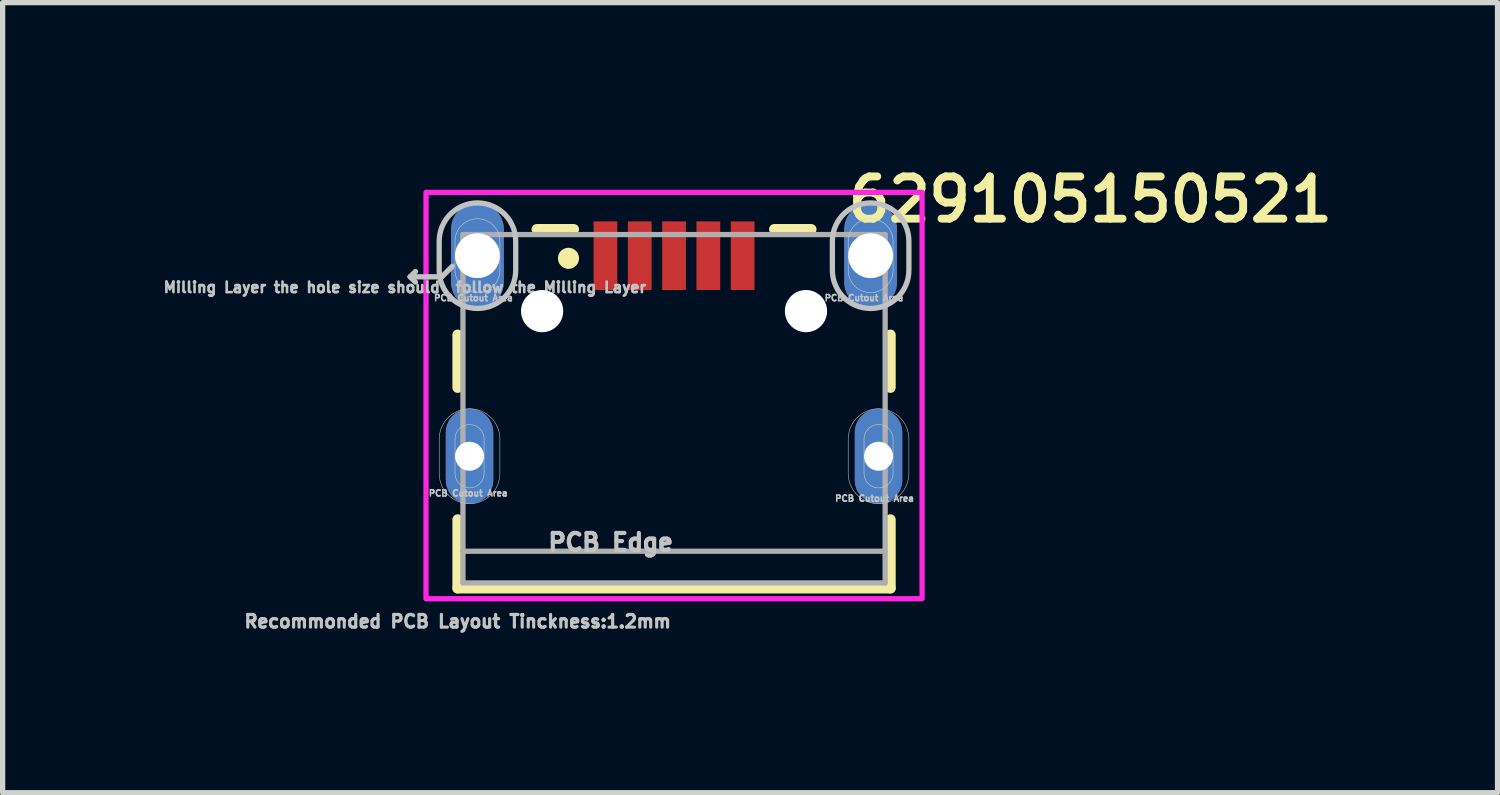
<source format=kicad_pcb>
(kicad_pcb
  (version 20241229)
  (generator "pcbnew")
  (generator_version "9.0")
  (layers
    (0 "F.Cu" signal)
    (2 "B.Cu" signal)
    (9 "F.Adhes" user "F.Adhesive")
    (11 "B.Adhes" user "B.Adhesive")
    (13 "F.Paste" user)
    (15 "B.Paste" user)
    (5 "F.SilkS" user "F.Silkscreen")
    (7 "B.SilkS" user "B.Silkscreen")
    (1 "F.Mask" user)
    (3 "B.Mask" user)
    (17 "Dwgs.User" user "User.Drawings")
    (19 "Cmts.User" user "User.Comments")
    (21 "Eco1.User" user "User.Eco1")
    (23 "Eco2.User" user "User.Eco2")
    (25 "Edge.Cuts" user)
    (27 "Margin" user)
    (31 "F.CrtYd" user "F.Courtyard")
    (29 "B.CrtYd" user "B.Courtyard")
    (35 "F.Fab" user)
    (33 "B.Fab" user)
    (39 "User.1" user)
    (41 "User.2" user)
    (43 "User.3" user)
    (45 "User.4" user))
  (footprint "629105150521"
    (layer "F.Cu")
    (at 9.722 4.695)
    (property "Reference" "629105150521" (at 7.888 -3.964 0) (layer "F.SilkS") (effects (font (size 0.8 0.8) (thickness 0.15))))
    (attr through_hole)
    (fp_poly (pts (xy -3.2 1.225) (xy -3.204 1.296) (xy -3.215 1.365) (xy -3.233 1.434) (xy -3.258 1.5) (xy -3.29 1.563) (xy -3.329 1.622) (xy -3.373 1.677) (xy -3.423 1.727) (xy -3.478 1.771) (xy -3.538 1.81) (xy -3.6 1.842) (xy -3.666 1.867) (xy -3.735 1.885) (xy -3.804 1.896) (xy -3.875 1.9) (xy -3.946 1.896) (xy -4.015 1.885) (xy -4.084 1.867) (xy -4.15 1.842) (xy -4.213 1.81) (xy -4.272 1.771) (xy -4.327 1.727) (xy -4.377 1.677) (xy -4.421 1.622) (xy -4.46 1.563) (xy -4.492 1.5) (xy -4.517 1.434) (xy -4.535 1.365) (xy -4.546 1.296) (xy -4.55 1.225) (xy -4.55 0.575) (xy -4.546 0.504) (xy -4.535 0.435) (xy -4.517 0.366) (xy -4.492 0.3) (xy -4.46 0.238) (xy -4.421 0.178) (xy -4.377 0.123) (xy -4.327 0.073) (xy -4.272 0.029) (xy -4.212 -0.01) (xy -4.15 -0.042) (xy -4.084 -0.067) (xy -4.015 -0.085) (xy -3.946 -0.096) (xy -3.875 -0.1) (xy -3.804 -0.096) (xy -3.735 -0.085) (xy -3.666 -0.067) (xy -3.6 -0.042) (xy -3.538 -0.01) (xy -3.478 0.029) (xy -3.423 0.073) (xy -3.373 0.123) (xy -3.329 0.178) (xy -3.29 0.238) (xy -3.258 0.3) (xy -3.233 0.366) (xy -3.215 0.435) (xy -3.204 0.504) (xy -3.2 0.575) (xy -3.2 1.225)) (stroke (width 0.01) (type solid)) (fill yes) (layer "F.Mask"))
    (fp_poly (pts (xy -2.9 -2.625) (xy -2.905 -2.539) (xy -2.918 -2.453) (xy -2.94 -2.37) (xy -2.971 -2.289) (xy -3.011 -2.212) (xy -3.058 -2.14) (xy -3.112 -2.073) (xy -3.173 -2.012) (xy -3.24 -1.958) (xy -3.312 -1.911) (xy -3.389 -1.871) (xy -3.47 -1.84) (xy -3.553 -1.818) (xy -3.639 -1.805) (xy -3.725 -1.8) (xy -3.811 -1.805) (xy -3.897 -1.818) (xy -3.98 -1.84) (xy -4.061 -1.871) (xy -4.138 -1.911) (xy -4.21 -1.958) (xy -4.277 -2.012) (xy -4.338 -2.073) (xy -4.392 -2.14) (xy -4.439 -2.212) (xy -4.479 -2.289) (xy -4.51 -2.37) (xy -4.532 -2.453) (xy -4.545 -2.539) (xy -4.55 -2.625) (xy -4.55 -3.175) (xy -4.545 -3.261) (xy -4.532 -3.347) (xy -4.51 -3.43) (xy -4.479 -3.511) (xy -4.439 -3.587) (xy -4.392 -3.66) (xy -4.338 -3.727) (xy -4.277 -3.788) (xy -4.21 -3.842) (xy -4.137 -3.889) (xy -4.061 -3.929) (xy -3.98 -3.96) (xy -3.897 -3.982) (xy -3.811 -3.995) (xy -3.725 -4) (xy -3.639 -3.995) (xy -3.553 -3.982) (xy -3.47 -3.96) (xy -3.389 -3.929) (xy -3.312 -3.889) (xy -3.24 -3.842) (xy -3.173 -3.788) (xy -3.112 -3.727) (xy -3.058 -3.66) (xy -3.011 -3.587) (xy -2.971 -3.511) (xy -2.94 -3.43) (xy -2.918 -3.347) (xy -2.905 -3.261) (xy -2.9 -3.175) (xy -2.9 -2.625)) (stroke (width 0.01) (type solid)) (fill yes) (layer "F.Mask"))
    (fp_poly (pts (xy 2.9 -2.625) (xy 2.905 -2.539) (xy 2.918 -2.453) (xy 2.94 -2.37) (xy 2.971 -2.289) (xy 3.011 -2.212) (xy 3.058 -2.14) (xy 3.112 -2.073) (xy 3.173 -2.012) (xy 3.24 -1.958) (xy 3.312 -1.911) (xy 3.389 -1.871) (xy 3.47 -1.84) (xy 3.553 -1.818) (xy 3.639 -1.805) (xy 3.725 -1.8) (xy 3.811 -1.805) (xy 3.897 -1.818) (xy 3.98 -1.84) (xy 4.061 -1.871) (xy 4.137 -1.911) (xy 4.21 -1.958) (xy 4.277 -2.012) (xy 4.338 -2.073) (xy 4.392 -2.14) (xy 4.439 -2.212) (xy 4.479 -2.289) (xy 4.51 -2.37) (xy 4.532 -2.453) (xy 4.545 -2.539) (xy 4.55 -2.625) (xy 4.55 -3.175) (xy 4.545 -3.261) (xy 4.532 -3.347) (xy 4.51 -3.43) (xy 4.479 -3.511) (xy 4.439 -3.587) (xy 4.392 -3.66) (xy 4.338 -3.727) (xy 4.277 -3.788) (xy 4.21 -3.842) (xy 4.137 -3.889) (xy 4.061 -3.929) (xy 3.98 -3.96) (xy 3.897 -3.982) (xy 3.811 -3.995) (xy 3.725 -4) (xy 3.639 -3.995) (xy 3.553 -3.982) (xy 3.47 -3.96) (xy 3.389 -3.929) (xy 3.313 -3.889) (xy 3.24 -3.842) (xy 3.173 -3.788) (xy 3.112 -3.727) (xy 3.058 -3.66) (xy 3.011 -3.587) (xy 2.971 -3.511) (xy 2.94 -3.43) (xy 2.918 -3.347) (xy 2.905 -3.261) (xy 2.9 -3.175) (xy 2.9 -2.625)) (stroke (width 0.01) (type solid)) (fill yes) (layer "F.Mask"))
    (fp_poly (pts (xy 4.55 1.225) (xy 4.546 1.296) (xy 4.535 1.365) (xy 4.517 1.434) (xy 4.492 1.5) (xy 4.46 1.563) (xy 4.421 1.622) (xy 4.377 1.677) (xy 4.327 1.727) (xy 4.272 1.771) (xy 4.213 1.81) (xy 4.15 1.842) (xy 4.084 1.867) (xy 4.015 1.885) (xy 3.946 1.896) (xy 3.875 1.9) (xy 3.804 1.896) (xy 3.735 1.885) (xy 3.666 1.867) (xy 3.6 1.842) (xy 3.537 1.81) (xy 3.478 1.771) (xy 3.423 1.727) (xy 3.373 1.677) (xy 3.329 1.622) (xy 3.29 1.563) (xy 3.258 1.5) (xy 3.233 1.434) (xy 3.215 1.365) (xy 3.204 1.296) (xy 3.2 1.225) (xy 3.2 0.575) (xy 3.204 0.504) (xy 3.215 0.435) (xy 3.233 0.366) (xy 3.258 0.3) (xy 3.29 0.238) (xy 3.329 0.178) (xy 3.373 0.123) (xy 3.423 0.073) (xy 3.478 0.029) (xy 3.538 -0.01) (xy 3.6 -0.042) (xy 3.666 -0.067) (xy 3.735 -0.085) (xy 3.804 -0.096) (xy 3.875 -0.1) (xy 3.946 -0.096) (xy 4.015 -0.085) (xy 4.084 -0.067) (xy 4.15 -0.042) (xy 4.213 -0.01) (xy 4.272 0.029) (xy 4.327 0.073) (xy 4.377 0.123) (xy 4.421 0.178) (xy 4.46 0.238) (xy 4.492 0.3) (xy 4.517 0.366) (xy 4.535 0.435) (xy 4.546 0.504) (xy 4.55 0.575) (xy 4.55 1.225)) (stroke (width 0.01) (type solid)) (fill yes) (layer "F.Mask"))
    (fp_poly (pts (xy -3.2 1.225) (xy -3.204 1.296) (xy -3.215 1.365) (xy -3.233 1.434) (xy -3.258 1.5) (xy -3.29 1.563) (xy -3.329 1.622) (xy -3.373 1.677) (xy -3.423 1.727) (xy -3.478 1.771) (xy -3.538 1.81) (xy -3.6 1.842) (xy -3.666 1.867) (xy -3.735 1.885) (xy -3.804 1.896) (xy -3.875 1.9) (xy -3.946 1.896) (xy -4.015 1.885) (xy -4.084 1.867) (xy -4.15 1.842) (xy -4.213 1.81) (xy -4.272 1.771) (xy -4.327 1.727) (xy -4.377 1.677) (xy -4.421 1.622) (xy -4.46 1.563) (xy -4.492 1.5) (xy -4.517 1.434) (xy -4.535 1.365) (xy -4.546 1.296) (xy -4.55 1.225) (xy -4.55 0.575) (xy -4.546 0.504) (xy -4.535 0.435) (xy -4.517 0.366) (xy -4.492 0.3) (xy -4.46 0.238) (xy -4.421 0.178) (xy -4.377 0.123) (xy -4.327 0.073) (xy -4.272 0.029) (xy -4.212 -0.01) (xy -4.15 -0.042) (xy -4.084 -0.067) (xy -4.015 -0.085) (xy -3.946 -0.096) (xy -3.875 -0.1) (xy -3.804 -0.096) (xy -3.735 -0.085) (xy -3.666 -0.067) (xy -3.6 -0.042) (xy -3.538 -0.01) (xy -3.478 0.029) (xy -3.423 0.073) (xy -3.373 0.123) (xy -3.329 0.178) (xy -3.29 0.238) (xy -3.258 0.3) (xy -3.233 0.366) (xy -3.215 0.435) (xy -3.204 0.504) (xy -3.2 0.575) (xy -3.2 1.225)) (stroke (width 0.01) (type solid)) (fill yes) (layer "B.Mask"))
    (fp_poly (pts (xy -2.9 -2.625) (xy -2.905 -2.539) (xy -2.918 -2.453) (xy -2.94 -2.37) (xy -2.971 -2.289) (xy -3.011 -2.212) (xy -3.058 -2.14) (xy -3.112 -2.073) (xy -3.173 -2.012) (xy -3.24 -1.958) (xy -3.312 -1.911) (xy -3.389 -1.871) (xy -3.47 -1.84) (xy -3.553 -1.818) (xy -3.639 -1.805) (xy -3.725 -1.8) (xy -3.811 -1.805) (xy -3.897 -1.818) (xy -3.98 -1.84) (xy -4.061 -1.871) (xy -4.138 -1.911) (xy -4.21 -1.958) (xy -4.277 -2.012) (xy -4.338 -2.073) (xy -4.392 -2.14) (xy -4.439 -2.212) (xy -4.479 -2.289) (xy -4.51 -2.37) (xy -4.532 -2.453) (xy -4.545 -2.539) (xy -4.55 -2.625) (xy -4.55 -3.175) (xy -4.545 -3.261) (xy -4.532 -3.347) (xy -4.51 -3.43) (xy -4.479 -3.511) (xy -4.439 -3.587) (xy -4.392 -3.66) (xy -4.338 -3.727) (xy -4.277 -3.788) (xy -4.21 -3.842) (xy -4.137 -3.889) (xy -4.061 -3.929) (xy -3.98 -3.96) (xy -3.897 -3.982) (xy -3.811 -3.995) (xy -3.725 -4) (xy -3.639 -3.995) (xy -3.553 -3.982) (xy -3.47 -3.96) (xy -3.389 -3.929) (xy -3.312 -3.889) (xy -3.24 -3.842) (xy -3.173 -3.788) (xy -3.112 -3.727) (xy -3.058 -3.66) (xy -3.011 -3.587) (xy -2.971 -3.511) (xy -2.94 -3.43) (xy -2.918 -3.347) (xy -2.905 -3.261) (xy -2.9 -3.175) (xy -2.9 -2.625)) (stroke (width 0.01) (type solid)) (fill yes) (layer "B.Mask"))
    (fp_poly (pts (xy 2.9 -2.625) (xy 2.905 -2.539) (xy 2.918 -2.453) (xy 2.94 -2.37) (xy 2.971 -2.289) (xy 3.011 -2.212) (xy 3.058 -2.14) (xy 3.112 -2.073) (xy 3.173 -2.012) (xy 3.24 -1.958) (xy 3.312 -1.911) (xy 3.389 -1.871) (xy 3.47 -1.84) (xy 3.553 -1.818) (xy 3.639 -1.805) (xy 3.725 -1.8) (xy 3.811 -1.805) (xy 3.897 -1.818) (xy 3.98 -1.84) (xy 4.061 -1.871) (xy 4.137 -1.911) (xy 4.21 -1.958) (xy 4.277 -2.012) (xy 4.338 -2.073) (xy 4.392 -2.14) (xy 4.439 -2.212) (xy 4.479 -2.289) (xy 4.51 -2.37) (xy 4.532 -2.453) (xy 4.545 -2.539) (xy 4.55 -2.625) (xy 4.55 -3.175) (xy 4.545 -3.261) (xy 4.532 -3.347) (xy 4.51 -3.43) (xy 4.479 -3.511) (xy 4.439 -3.587) (xy 4.392 -3.66) (xy 4.338 -3.727) (xy 4.277 -3.788) (xy 4.21 -3.842) (xy 4.137 -3.889) (xy 4.061 -3.929) (xy 3.98 -3.96) (xy 3.897 -3.982) (xy 3.811 -3.995) (xy 3.725 -4) (xy 3.639 -3.995) (xy 3.553 -3.982) (xy 3.47 -3.96) (xy 3.389 -3.929) (xy 3.313 -3.889) (xy 3.24 -3.842) (xy 3.173 -3.788) (xy 3.112 -3.727) (xy 3.058 -3.66) (xy 3.011 -3.587) (xy 2.971 -3.511) (xy 2.94 -3.43) (xy 2.918 -3.347) (xy 2.905 -3.261) (xy 2.9 -3.175) (xy 2.9 -2.625)) (stroke (width 0.01) (type solid)) (fill yes) (layer "B.Mask"))
    (fp_poly (pts (xy 4.55 1.225) (xy 4.546 1.296) (xy 4.535 1.365) (xy 4.517 1.434) (xy 4.492 1.5) (xy 4.46 1.563) (xy 4.421 1.622) (xy 4.377 1.677) (xy 4.327 1.727) (xy 4.272 1.771) (xy 4.213 1.81) (xy 4.15 1.842) (xy 4.084 1.867) (xy 4.015 1.885) (xy 3.946 1.896) (xy 3.875 1.9) (xy 3.804 1.896) (xy 3.735 1.885) (xy 3.666 1.867) (xy 3.6 1.842) (xy 3.537 1.81) (xy 3.478 1.771) (xy 3.423 1.727) (xy 3.373 1.677) (xy 3.329 1.622) (xy 3.29 1.563) (xy 3.258 1.5) (xy 3.233 1.434) (xy 3.215 1.365) (xy 3.204 1.296) (xy 3.2 1.225) (xy 3.2 0.575) (xy 3.204 0.504) (xy 3.215 0.435) (xy 3.233 0.366) (xy 3.258 0.3) (xy 3.29 0.238) (xy 3.329 0.178) (xy 3.373 0.123) (xy 3.423 0.073) (xy 3.478 0.029) (xy 3.538 -0.01) (xy 3.6 -0.042) (xy 3.666 -0.067) (xy 3.735 -0.085) (xy 3.804 -0.096) (xy 3.875 -0.1) (xy 3.946 -0.096) (xy 4.015 -0.085) (xy 4.084 -0.067) (xy 4.15 -0.042) (xy 4.213 -0.01) (xy 4.272 0.029) (xy 4.327 0.073) (xy 4.377 0.123) (xy 4.421 0.178) (xy 4.46 0.238) (xy 4.492 0.3) (xy 4.517 0.366) (xy 4.535 0.435) (xy 4.546 0.504) (xy 4.55 0.575) (xy 4.55 1.225)) (stroke (width 0.01) (type solid)) (fill yes) (layer "B.Mask"))
    (fp_line (start -4.1 -1.4) (end -4.1 -0.4) (stroke (width 0.2) (type solid)) (layer "F.SilkS"))
    (fp_line (start -4.1 2.1) (end -4.1 3.4) (stroke (width 0.2) (type solid)) (layer "F.SilkS"))
    (fp_line (start -4.1 3.4) (end 4.1 3.4) (stroke (width 0.2) (type solid)) (layer "F.SilkS"))
    (fp_line (start -2.6 -3.4) (end -1.9 -3.4) (stroke (width 0.2) (type solid)) (layer "F.SilkS"))
    (fp_line (start 1.9 -3.4) (end 2.6 -3.4) (stroke (width 0.2) (type solid)) (layer "F.SilkS"))
    (fp_line (start 4.1 -0.4) (end 4.1 -1.4) (stroke (width 0.2) (type solid)) (layer "F.SilkS"))
    (fp_line (start 4.1 3.4) (end 4.1 2.1) (stroke (width 0.2) (type solid)) (layer "F.SilkS"))
    (fp_circle (center -2 -2.85) (end -1.9 -2.85) (stroke (width 0.2) (type solid)) (fill no) (layer "F.SilkS"))
    (fp_line (start -5 -2.5) (end -4.9 -2.6) (stroke (width 0.1) (type solid)) (layer "Dwgs.User"))
    (fp_line (start -5 -2.5) (end -4.9 -2.4) (stroke (width 0.1) (type solid)) (layer "Dwgs.User"))
    (fp_line (start -5 -2.5) (end -4.4 -2.5) (stroke (width 0.1) (type solid)) (layer "Dwgs.User"))
    (fp_line (start -4.4 -2.5) (end -4.2 -2.7) (stroke (width 0.1) (type solid)) (layer "Dwgs.User"))
    (fp_poly (pts (xy -3.3 1.225) (xy -3.303 1.285) (xy -3.313 1.345) (xy -3.328 1.403) (xy -3.35 1.459) (xy -3.377 1.513) (xy -3.41 1.563) (xy -3.448 1.61) (xy -3.49 1.652) (xy -3.537 1.69) (xy -3.587 1.723) (xy -3.641 1.75) (xy -3.697 1.772) (xy -3.755 1.787) (xy -3.815 1.797) (xy -3.875 1.8) (xy -3.935 1.797) (xy -3.995 1.787) (xy -4.053 1.772) (xy -4.109 1.75) (xy -4.163 1.723) (xy -4.213 1.69) (xy -4.26 1.652) (xy -4.302 1.61) (xy -4.34 1.563) (xy -4.373 1.513) (xy -4.4 1.459) (xy -4.422 1.403) (xy -4.437 1.345) (xy -4.447 1.285) (xy -4.45 1.225) (xy -4.45 0.575) (xy -4.447 0.515) (xy -4.437 0.455) (xy -4.422 0.397) (xy -4.4 0.341) (xy -4.373 0.287) (xy -4.34 0.237) (xy -4.302 0.19) (xy -4.26 0.148) (xy -4.213 0.11) (xy -4.162 0.077) (xy -4.109 0.05) (xy -4.053 0.028) (xy -3.995 0.013) (xy -3.935 0.003) (xy -3.875 0) (xy -3.815 0.003) (xy -3.755 0.013) (xy -3.697 0.028) (xy -3.641 0.05) (xy -3.587 0.077) (xy -3.537 0.11) (xy -3.49 0.148) (xy -3.448 0.19) (xy -3.41 0.237) (xy -3.377 0.287) (xy -3.35 0.341) (xy -3.328 0.397) (xy -3.313 0.455) (xy -3.303 0.515) (xy -3.3 0.575) (xy -3.3 1.225)) (stroke (width 0.01) (type solid)) (fill no) (layer "Dwgs.User"))
    (fp_poly (pts (xy -3 -2.625) (xy -3.004 -2.549) (xy -3.016 -2.474) (xy -3.035 -2.401) (xy -3.063 -2.33) (xy -3.097 -2.262) (xy -3.138 -2.199) (xy -3.186 -2.14) (xy -3.24 -2.086) (xy -3.299 -2.038) (xy -3.362 -1.997) (xy -3.43 -1.963) (xy -3.501 -1.935) (xy -3.574 -1.916) (xy -3.649 -1.904) (xy -3.725 -1.9) (xy -3.801 -1.904) (xy -3.876 -1.916) (xy -3.949 -1.935) (xy -4.02 -1.963) (xy -4.088 -1.997) (xy -4.151 -2.038) (xy -4.21 -2.086) (xy -4.264 -2.14) (xy -4.312 -2.199) (xy -4.353 -2.262) (xy -4.387 -2.33) (xy -4.415 -2.401) (xy -4.434 -2.474) (xy -4.446 -2.549) (xy -4.45 -2.625) (xy -4.45 -3.175) (xy -4.446 -3.251) (xy -4.434 -3.326) (xy -4.415 -3.399) (xy -4.387 -3.47) (xy -4.353 -3.537) (xy -4.312 -3.601) (xy -4.264 -3.66) (xy -4.21 -3.714) (xy -4.151 -3.762) (xy -4.088 -3.803) (xy -4.02 -3.837) (xy -3.949 -3.865) (xy -3.876 -3.884) (xy -3.801 -3.896) (xy -3.725 -3.9) (xy -3.649 -3.896) (xy -3.574 -3.884) (xy -3.501 -3.865) (xy -3.43 -3.837) (xy -3.362 -3.803) (xy -3.299 -3.762) (xy -3.24 -3.714) (xy -3.186 -3.66) (xy -3.138 -3.601) (xy -3.097 -3.537) (xy -3.063 -3.47) (xy -3.035 -3.399) (xy -3.016 -3.326) (xy -3.004 -3.251) (xy -3 -3.175) (xy -3 -2.625)) (stroke (width 0.1) (type solid)) (fill no) (layer "Dwgs.User"))
    (fp_poly (pts (xy 3 -2.625) (xy 3.004 -2.549) (xy 3.016 -2.474) (xy 3.035 -2.401) (xy 3.063 -2.33) (xy 3.097 -2.262) (xy 3.138 -2.199) (xy 3.186 -2.14) (xy 3.24 -2.086) (xy 3.299 -2.038) (xy 3.362 -1.997) (xy 3.43 -1.963) (xy 3.501 -1.935) (xy 3.574 -1.916) (xy 3.649 -1.904) (xy 3.725 -1.9) (xy 3.801 -1.904) (xy 3.876 -1.916) (xy 3.949 -1.935) (xy 4.02 -1.963) (xy 4.088 -1.997) (xy 4.151 -2.038) (xy 4.21 -2.086) (xy 4.264 -2.14) (xy 4.312 -2.199) (xy 4.353 -2.262) (xy 4.387 -2.33) (xy 4.415 -2.401) (xy 4.434 -2.474) (xy 4.446 -2.549) (xy 4.45 -2.625) (xy 4.45 -3.175) (xy 4.446 -3.251) (xy 4.434 -3.326) (xy 4.415 -3.399) (xy 4.387 -3.47) (xy 4.353 -3.537) (xy 4.312 -3.601) (xy 4.264 -3.66) (xy 4.21 -3.714) (xy 4.151 -3.762) (xy 4.088 -3.803) (xy 4.02 -3.837) (xy 3.949 -3.865) (xy 3.876 -3.884) (xy 3.801 -3.896) (xy 3.725 -3.9) (xy 3.649 -3.896) (xy 3.574 -3.884) (xy 3.501 -3.865) (xy 3.43 -3.837) (xy 3.363 -3.803) (xy 3.299 -3.762) (xy 3.24 -3.714) (xy 3.186 -3.66) (xy 3.138 -3.601) (xy 3.097 -3.537) (xy 3.063 -3.47) (xy 3.035 -3.399) (xy 3.016 -3.326) (xy 3.004 -3.251) (xy 3 -3.175) (xy 3 -2.625)) (stroke (width 0.1) (type solid)) (fill no) (layer "Dwgs.User"))
    (fp_poly (pts (xy 4.45 1.225) (xy 4.447 1.285) (xy 4.437 1.345) (xy 4.422 1.403) (xy 4.4 1.459) (xy 4.373 1.513) (xy 4.34 1.563) (xy 4.302 1.61) (xy 4.26 1.652) (xy 4.213 1.69) (xy 4.163 1.723) (xy 4.109 1.75) (xy 4.053 1.772) (xy 3.995 1.787) (xy 3.935 1.797) (xy 3.875 1.8) (xy 3.815 1.797) (xy 3.755 1.787) (xy 3.697 1.772) (xy 3.641 1.75) (xy 3.587 1.723) (xy 3.537 1.69) (xy 3.49 1.652) (xy 3.448 1.61) (xy 3.41 1.563) (xy 3.377 1.513) (xy 3.35 1.459) (xy 3.328 1.403) (xy 3.313 1.345) (xy 3.303 1.285) (xy 3.3 1.225) (xy 3.3 0.575) (xy 3.303 0.515) (xy 3.313 0.455) (xy 3.328 0.397) (xy 3.35 0.341) (xy 3.377 0.287) (xy 3.41 0.237) (xy 3.448 0.19) (xy 3.49 0.148) (xy 3.537 0.11) (xy 3.587 0.077) (xy 3.641 0.05) (xy 3.697 0.028) (xy 3.755 0.013) (xy 3.815 0.003) (xy 3.875 0) (xy 3.935 0.003) (xy 3.995 0.013) (xy 4.053 0.028) (xy 4.109 0.05) (xy 4.163 0.077) (xy 4.213 0.11) (xy 4.26 0.148) (xy 4.302 0.19) (xy 4.34 0.237) (xy 4.373 0.287) (xy 4.4 0.341) (xy 4.422 0.397) (xy 4.437 0.455) (xy 4.447 0.515) (xy 4.45 0.575) (xy 4.45 1.225)) (stroke (width 0.01) (type solid)) (fill no) (layer "Dwgs.User"))
    (fp_poly (pts (xy -3.6 1.225) (xy -3.602 1.254) (xy -3.606 1.282) (xy -3.613 1.31) (xy -3.624 1.337) (xy -3.637 1.363) (xy -3.653 1.387) (xy -3.671 1.409) (xy -3.691 1.429) (xy -3.713 1.447) (xy -3.737 1.463) (xy -3.763 1.476) (xy -3.79 1.487) (xy -3.818 1.494) (xy -3.846 1.498) (xy -3.875 1.5) (xy -3.904 1.498) (xy -3.932 1.494) (xy -3.96 1.487) (xy -3.987 1.476) (xy -4.013 1.463) (xy -4.037 1.447) (xy -4.059 1.429) (xy -4.079 1.409) (xy -4.097 1.387) (xy -4.113 1.363) (xy -4.126 1.337) (xy -4.137 1.31) (xy -4.144 1.282) (xy -4.148 1.254) (xy -4.15 1.225) (xy -4.15 0.575) (xy -4.148 0.546) (xy -4.144 0.518) (xy -4.137 0.49) (xy -4.126 0.463) (xy -4.113 0.437) (xy -4.097 0.413) (xy -4.079 0.391) (xy -4.059 0.371) (xy -4.037 0.353) (xy -4.013 0.337) (xy -3.987 0.324) (xy -3.96 0.313) (xy -3.932 0.306) (xy -3.904 0.302) (xy -3.875 0.3) (xy -3.846 0.302) (xy -3.818 0.306) (xy -3.79 0.313) (xy -3.763 0.324) (xy -3.737 0.337) (xy -3.713 0.353) (xy -3.691 0.371) (xy -3.671 0.391) (xy -3.653 0.413) (xy -3.637 0.437) (xy -3.624 0.463) (xy -3.613 0.49) (xy -3.606 0.518) (xy -3.602 0.546) (xy -3.6 0.575) (xy -3.6 1.225)) (stroke (width 0.01) (type solid)) (fill no) (layer "Edge.Cuts"))
    (fp_poly (pts (xy -3.3 -2.625) (xy -3.302 -2.581) (xy -3.309 -2.537) (xy -3.321 -2.494) (xy -3.337 -2.452) (xy -3.357 -2.412) (xy -3.381 -2.375) (xy -3.409 -2.341) (xy -3.441 -2.309) (xy -3.475 -2.281) (xy -3.512 -2.257) (xy -3.552 -2.237) (xy -3.594 -2.221) (xy -3.637 -2.209) (xy -3.681 -2.202) (xy -3.725 -2.2) (xy -3.769 -2.202) (xy -3.813 -2.209) (xy -3.856 -2.221) (xy -3.898 -2.237) (xy -3.938 -2.257) (xy -3.975 -2.281) (xy -4.009 -2.309) (xy -4.041 -2.341) (xy -4.069 -2.375) (xy -4.093 -2.412) (xy -4.113 -2.452) (xy -4.129 -2.494) (xy -4.141 -2.537) (xy -4.148 -2.581) (xy -4.15 -2.625) (xy -4.15 -3.175) (xy -4.148 -3.219) (xy -4.141 -3.263) (xy -4.129 -3.306) (xy -4.113 -3.348) (xy -4.093 -3.387) (xy -4.069 -3.425) (xy -4.041 -3.459) (xy -4.009 -3.491) (xy -3.975 -3.519) (xy -3.938 -3.543) (xy -3.898 -3.563) (xy -3.856 -3.579) (xy -3.813 -3.591) (xy -3.769 -3.598) (xy -3.725 -3.6) (xy -3.681 -3.598) (xy -3.637 -3.591) (xy -3.594 -3.579) (xy -3.552 -3.563) (xy -3.512 -3.543) (xy -3.475 -3.519) (xy -3.441 -3.491) (xy -3.409 -3.459) (xy -3.381 -3.425) (xy -3.357 -3.387) (xy -3.337 -3.348) (xy -3.321 -3.306) (xy -3.309 -3.263) (xy -3.302 -3.219) (xy -3.3 -3.175) (xy -3.3 -2.625)) (stroke (width 0.01) (type solid)) (fill no) (layer "Edge.Cuts"))
    (fp_poly (pts (xy 3.3 -3.175) (xy 3.3 -2.625) (xy 3.302 -2.581) (xy 3.309 -2.537) (xy 3.321 -2.494) (xy 3.337 -2.452) (xy 3.357 -2.412) (xy 3.381 -2.375) (xy 3.409 -2.341) (xy 3.441 -2.309) (xy 3.475 -2.281) (xy 3.512 -2.257) (xy 3.552 -2.237) (xy 3.594 -2.221) (xy 3.637 -2.209) (xy 3.681 -2.202) (xy 3.725 -2.2) (xy 3.769 -2.202) (xy 3.813 -2.209) (xy 3.856 -2.221) (xy 3.898 -2.237) (xy 3.938 -2.257) (xy 3.975 -2.281) (xy 4.009 -2.309) (xy 4.041 -2.341) (xy 4.069 -2.375) (xy 4.093 -2.412) (xy 4.113 -2.452) (xy 4.129 -2.494) (xy 4.141 -2.537) (xy 4.148 -2.581) (xy 4.15 -2.625) (xy 4.15 -3.175) (xy 4.148 -3.219) (xy 4.141 -3.263) (xy 4.129 -3.306) (xy 4.113 -3.348) (xy 4.093 -3.387) (xy 4.069 -3.425) (xy 4.041 -3.459) (xy 4.009 -3.491) (xy 3.975 -3.519) (xy 3.938 -3.543) (xy 3.898 -3.563) (xy 3.856 -3.579) (xy 3.813 -3.591) (xy 3.769 -3.598) (xy 3.725 -3.6) (xy 3.681 -3.598) (xy 3.637 -3.591) (xy 3.594 -3.579) (xy 3.552 -3.563) (xy 3.513 -3.543) (xy 3.475 -3.519) (xy 3.441 -3.491) (xy 3.409 -3.459) (xy 3.381 -3.425) (xy 3.357 -3.387) (xy 3.337 -3.348) (xy 3.321 -3.306) (xy 3.309 -3.263) (xy 3.302 -3.219) (xy 3.3 -3.175)) (stroke (width 0.01) (type solid)) (fill no) (layer "Edge.Cuts"))
    (fp_poly (pts (xy 4.15 1.225) (xy 4.148 1.254) (xy 4.144 1.282) (xy 4.137 1.31) (xy 4.126 1.337) (xy 4.113 1.363) (xy 4.097 1.387) (xy 4.079 1.409) (xy 4.059 1.429) (xy 4.037 1.447) (xy 4.013 1.463) (xy 3.987 1.476) (xy 3.96 1.487) (xy 3.932 1.494) (xy 3.904 1.498) (xy 3.875 1.5) (xy 3.846 1.498) (xy 3.818 1.494) (xy 3.79 1.487) (xy 3.763 1.476) (xy 3.737 1.463) (xy 3.713 1.447) (xy 3.691 1.429) (xy 3.671 1.409) (xy 3.653 1.387) (xy 3.637 1.363) (xy 3.624 1.337) (xy 3.613 1.31) (xy 3.606 1.282) (xy 3.602 1.254) (xy 3.6 1.225) (xy 3.6 0.575) (xy 3.602 0.546) (xy 3.606 0.518) (xy 3.613 0.49) (xy 3.624 0.463) (xy 3.637 0.437) (xy 3.653 0.413) (xy 3.671 0.391) (xy 3.691 0.371) (xy 3.713 0.353) (xy 3.737 0.337) (xy 3.763 0.324) (xy 3.79 0.313) (xy 3.818 0.306) (xy 3.846 0.302) (xy 3.875 0.3) (xy 3.904 0.302) (xy 3.932 0.306) (xy 3.96 0.313) (xy 3.987 0.324) (xy 4.013 0.337) (xy 4.037 0.353) (xy 4.059 0.371) (xy 4.079 0.391) (xy 4.097 0.413) (xy 4.113 0.437) (xy 4.126 0.463) (xy 4.137 0.49) (xy 4.144 0.518) (xy 4.148 0.546) (xy 4.15 0.575) (xy 4.15 1.225)) (stroke (width 0.01) (type solid)) (fill no) (layer "Edge.Cuts"))
    (fp_poly (pts (xy -4.7 -4.1) (xy 4.7 -4.1) (xy 4.7 3.6) (xy -4.7 3.6)) (stroke (width 0.1) (type solid)) (fill no) (layer "F.CrtYd"))
    (fp_line (start -4 -3.3) (end 4 -3.3) (stroke (width 0.1) (type solid)) (layer "F.Fab"))
    (fp_line (start -4 2.7) (end -4 -3.3) (stroke (width 0.1) (type solid)) (layer "F.Fab"))
    (fp_line (start -4 2.7) (end 4 2.7) (stroke (width 0.1) (type solid)) (layer "F.Fab"))
    (fp_line (start -4 3.3) (end -4 2.7) (stroke (width 0.1) (type solid)) (layer "F.Fab"))
    (fp_line (start -4 3.3) (end 4 3.3) (stroke (width 0.1) (type solid)) (layer "F.Fab"))
    (fp_line (start 4 2.7) (end 4 -3.3) (stroke (width 0.1) (type solid)) (layer "F.Fab"))
    (fp_line (start 4 3.3) (end 4 2.7) (stroke (width 0.1) (type solid)) (layer "F.Fab"))
    (fp_text user "PCB Cutout Area" (at -3.8 -2.1 0) (layer "Dwgs.User") (effects (font (size 0.118 0.118) (thickness 0.15))))
    (fp_text user "PCB Edge" (at -1.2 2.53 0) (layer "Dwgs.User") (effects (font (size 0.32 0.32) (thickness 0.15))))
    (fp_text user "PCB Cutout Area" (at 3.6 -2.1 0) (layer "Dwgs.User") (effects (font (size 0.118 0.118) (thickness 0.15))))
    (fp_text user "Milling Layer the hole size should  follow the Milling Layer" (at -5.1 -2.3 0) (layer "Dwgs.User") (effects (font (size 0.2 0.2) (thickness 0.15))))
    (fp_text user "Recommonded PCB Layout Tinckness:1.2mm" (at -4.1 4.03 0) (layer "Dwgs.User") (effects (font (size 0.24 0.24) (thickness 0.15))))
    (fp_text user "PCB Cutout Area" (at -3.9 1.6 0) (layer "Dwgs.User") (effects (font (size 0.118 0.118) (thickness 0.15))))
    (fp_text user "PCB Cutout Area" (at 3.8 1.7 0) (layer "Dwgs.User") (effects (font (size 0.118 0.118) (thickness 0.15))))
    (pad "" np_thru_hole circle (at -2.5 -1.85) (size 0.8 0.8) (drill 0.8) (layers "*.Cu" "*.Mask"))
    (pad "" np_thru_hole circle (at 2.5 -1.85) (size 0.8 0.8) (drill 0.8) (layers "*.Cu" "*.Mask"))
    (pad "1" smd rect (at -1.3 -2.9) (size 0.45 1.3) (layers "F.Cu" "F.Mask" "F.Paste"))
    (pad "2" smd rect (at -0.65 -2.9) (size 0.45 1.3) (layers "F.Cu" "F.Mask" "F.Paste"))
    (pad "3" smd rect (at 0 -2.9) (size 0.45 1.3) (layers "F.Cu" "F.Mask" "F.Paste"))
    (pad "4" smd rect (at 0.65 -2.9) (size 0.45 1.3) (layers "F.Cu" "F.Mask" "F.Paste"))
    (pad "5" smd rect (at 1.3 -2.9) (size 0.45 1.3) (layers "F.Cu" "F.Mask" "F.Paste"))
    (pad "S1" thru_hole oval (at -3.725 -2.9) (size 1 2) (drill 0.85) (layers "*.Cu"))
    (pad "S2" thru_hole oval (at 3.725 -2.9) (size 1 2) (drill 0.85) (layers "*.Cu"))
    (pad "S3" thru_hole oval (at 3.875 0.9) (size 0.9 1.8) (drill 0.55) (layers "*.Cu"))
    (pad "S4" thru_hole oval (at -3.875 0.9) (size 0.9 1.8) (drill 0.55) (layers "*.Cu")))
  (gr_rect
    (start -3 -3)
    (end 25.326 11.971)
    (stroke (width 0.1) (type default))
    (fill no)
    (layer "Edge.Cuts")))
</source>
